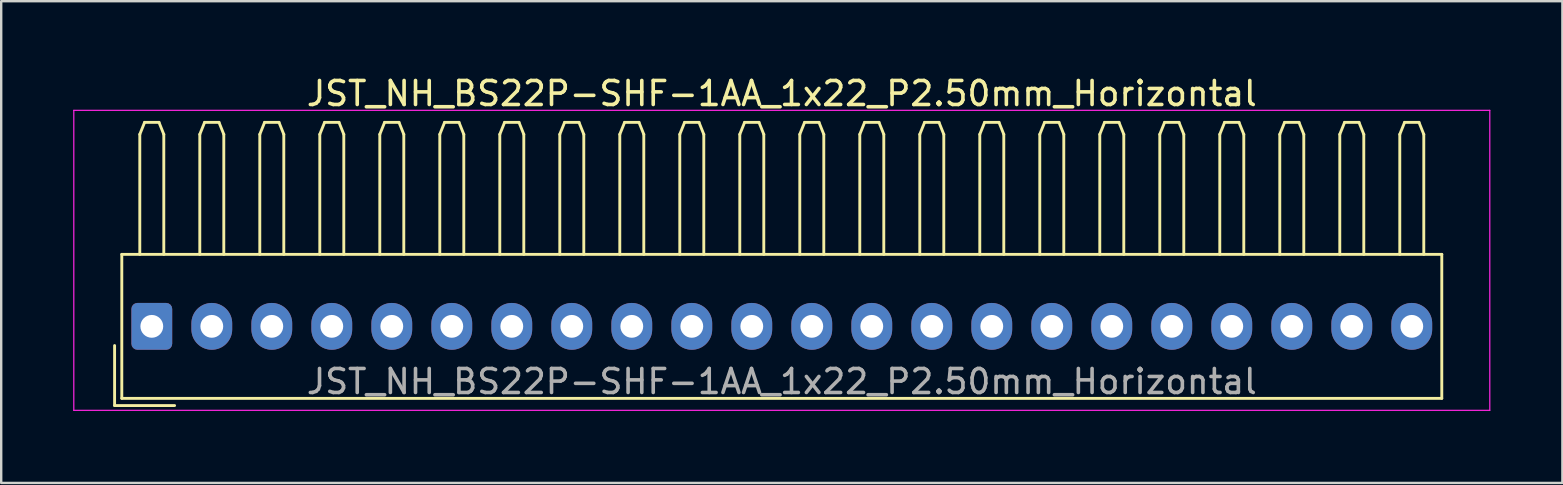
<source format=kicad_pcb>
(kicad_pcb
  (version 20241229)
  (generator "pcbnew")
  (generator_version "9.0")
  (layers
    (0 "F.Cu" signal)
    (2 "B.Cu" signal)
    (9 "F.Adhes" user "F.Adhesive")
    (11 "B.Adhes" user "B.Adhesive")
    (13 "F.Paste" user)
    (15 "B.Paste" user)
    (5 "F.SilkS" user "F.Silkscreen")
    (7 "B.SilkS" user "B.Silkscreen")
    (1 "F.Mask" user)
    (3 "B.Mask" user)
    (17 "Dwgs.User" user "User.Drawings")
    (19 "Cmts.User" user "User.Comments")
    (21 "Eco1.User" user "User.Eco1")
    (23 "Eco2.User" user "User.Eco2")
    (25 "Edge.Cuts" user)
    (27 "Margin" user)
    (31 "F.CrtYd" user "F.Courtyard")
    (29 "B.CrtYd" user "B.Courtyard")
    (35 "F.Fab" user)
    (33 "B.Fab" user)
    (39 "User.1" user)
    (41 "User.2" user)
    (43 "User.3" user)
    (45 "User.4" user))
  (footprint "JST_NH_BS22P-SHF-1AA_1x22_P2.50mm_Horizontal"
    (layer "F.Cu")
    (at 3.275 10.548)
    (property "Reference" "JST_NH_BS22P-SHF-1AA_1x22_P2.50mm_Horizontal" (at 26.25 -9.7 0) (layer "F.SilkS") (effects (font (size 1 1) (thickness 0.15))))
    (attr through_hole)
    (fp_line (start -1.55 0.8) (end -1.55 3.3) (stroke (width 0.12) (type solid)) (layer "F.SilkS"))
    (fp_line (start -1.55 3.3) (end 0.95 3.3) (stroke (width 0.12) (type solid)) (layer "F.SilkS"))
    (fp_line (start -1.25 -3) (end -1.25 3) (stroke (width 0.12) (type solid)) (layer "F.SilkS"))
    (fp_line (start -1.25 3) (end 53.75 3) (stroke (width 0.12) (type solid)) (layer "F.SilkS"))
    (fp_line (start -0.5 -8) (end -0.3 -8.5) (stroke (width 0.12) (type solid)) (layer "F.SilkS"))
    (fp_line (start -0.5 -3) (end -0.5 -8) (stroke (width 0.12) (type solid)) (layer "F.SilkS"))
    (fp_line (start -0.3 -8.5) (end 0.3 -8.5) (stroke (width 0.12) (type solid)) (layer "F.SilkS"))
    (fp_line (start 0.3 -8.5) (end 0.5 -8) (stroke (width 0.12) (type solid)) (layer "F.SilkS"))
    (fp_line (start 0.5 -8) (end 0.5 -3) (stroke (width 0.12) (type solid)) (layer "F.SilkS"))
    (fp_line (start 2 -8) (end 2.2 -8.5) (stroke (width 0.12) (type solid)) (layer "F.SilkS"))
    (fp_line (start 2 -3) (end 2 -8) (stroke (width 0.12) (type solid)) (layer "F.SilkS"))
    (fp_line (start 2.2 -8.5) (end 2.8 -8.5) (stroke (width 0.12) (type solid)) (layer "F.SilkS"))
    (fp_line (start 2.8 -8.5) (end 3 -8) (stroke (width 0.12) (type solid)) (layer "F.SilkS"))
    (fp_line (start 3 -8) (end 3 -3) (stroke (width 0.12) (type solid)) (layer "F.SilkS"))
    (fp_line (start 4.5 -8) (end 4.7 -8.5) (stroke (width 0.12) (type solid)) (layer "F.SilkS"))
    (fp_line (start 4.5 -3) (end 4.5 -8) (stroke (width 0.12) (type solid)) (layer "F.SilkS"))
    (fp_line (start 4.7 -8.5) (end 5.3 -8.5) (stroke (width 0.12) (type solid)) (layer "F.SilkS"))
    (fp_line (start 5.3 -8.5) (end 5.5 -8) (stroke (width 0.12) (type solid)) (layer "F.SilkS"))
    (fp_line (start 5.5 -8) (end 5.5 -3) (stroke (width 0.12) (type solid)) (layer "F.SilkS"))
    (fp_line (start 7 -8) (end 7.2 -8.5) (stroke (width 0.12) (type solid)) (layer "F.SilkS"))
    (fp_line (start 7 -3) (end 7 -8) (stroke (width 0.12) (type solid)) (layer "F.SilkS"))
    (fp_line (start 7.2 -8.5) (end 7.8 -8.5) (stroke (width 0.12) (type solid)) (layer "F.SilkS"))
    (fp_line (start 7.8 -8.5) (end 8 -8) (stroke (width 0.12) (type solid)) (layer "F.SilkS"))
    (fp_line (start 8 -8) (end 8 -3) (stroke (width 0.12) (type solid)) (layer "F.SilkS"))
    (fp_line (start 9.5 -8) (end 9.7 -8.5) (stroke (width 0.12) (type solid)) (layer "F.SilkS"))
    (fp_line (start 9.5 -3) (end 9.5 -8) (stroke (width 0.12) (type solid)) (layer "F.SilkS"))
    (fp_line (start 9.7 -8.5) (end 10.3 -8.5) (stroke (width 0.12) (type solid)) (layer "F.SilkS"))
    (fp_line (start 10.3 -8.5) (end 10.5 -8) (stroke (width 0.12) (type solid)) (layer "F.SilkS"))
    (fp_line (start 10.5 -8) (end 10.5 -3) (stroke (width 0.12) (type solid)) (layer "F.SilkS"))
    (fp_line (start 12 -8) (end 12.2 -8.5) (stroke (width 0.12) (type solid)) (layer "F.SilkS"))
    (fp_line (start 12 -3) (end 12 -8) (stroke (width 0.12) (type solid)) (layer "F.SilkS"))
    (fp_line (start 12.2 -8.5) (end 12.8 -8.5) (stroke (width 0.12) (type solid)) (layer "F.SilkS"))
    (fp_line (start 12.8 -8.5) (end 13 -8) (stroke (width 0.12) (type solid)) (layer "F.SilkS"))
    (fp_line (start 13 -8) (end 13 -3) (stroke (width 0.12) (type solid)) (layer "F.SilkS"))
    (fp_line (start 14.5 -8) (end 14.7 -8.5) (stroke (width 0.12) (type solid)) (layer "F.SilkS"))
    (fp_line (start 14.5 -3) (end 14.5 -8) (stroke (width 0.12) (type solid)) (layer "F.SilkS"))
    (fp_line (start 14.7 -8.5) (end 15.3 -8.5) (stroke (width 0.12) (type solid)) (layer "F.SilkS"))
    (fp_line (start 15.3 -8.5) (end 15.5 -8) (stroke (width 0.12) (type solid)) (layer "F.SilkS"))
    (fp_line (start 15.5 -8) (end 15.5 -3) (stroke (width 0.12) (type solid)) (layer "F.SilkS"))
    (fp_line (start 17 -8) (end 17.2 -8.5) (stroke (width 0.12) (type solid)) (layer "F.SilkS"))
    (fp_line (start 17 -3) (end 17 -8) (stroke (width 0.12) (type solid)) (layer "F.SilkS"))
    (fp_line (start 17.2 -8.5) (end 17.8 -8.5) (stroke (width 0.12) (type solid)) (layer "F.SilkS"))
    (fp_line (start 17.8 -8.5) (end 18 -8) (stroke (width 0.12) (type solid)) (layer "F.SilkS"))
    (fp_line (start 18 -8) (end 18 -3) (stroke (width 0.12) (type solid)) (layer "F.SilkS"))
    (fp_line (start 19.5 -8) (end 19.7 -8.5) (stroke (width 0.12) (type solid)) (layer "F.SilkS"))
    (fp_line (start 19.5 -3) (end 19.5 -8) (stroke (width 0.12) (type solid)) (layer "F.SilkS"))
    (fp_line (start 19.7 -8.5) (end 20.3 -8.5) (stroke (width 0.12) (type solid)) (layer "F.SilkS"))
    (fp_line (start 20.3 -8.5) (end 20.5 -8) (stroke (width 0.12) (type solid)) (layer "F.SilkS"))
    (fp_line (start 20.5 -8) (end 20.5 -3) (stroke (width 0.12) (type solid)) (layer "F.SilkS"))
    (fp_line (start 22 -8) (end 22.2 -8.5) (stroke (width 0.12) (type solid)) (layer "F.SilkS"))
    (fp_line (start 22 -3) (end 22 -8) (stroke (width 0.12) (type solid)) (layer "F.SilkS"))
    (fp_line (start 22.2 -8.5) (end 22.8 -8.5) (stroke (width 0.12) (type solid)) (layer "F.SilkS"))
    (fp_line (start 22.8 -8.5) (end 23 -8) (stroke (width 0.12) (type solid)) (layer "F.SilkS"))
    (fp_line (start 23 -8) (end 23 -3) (stroke (width 0.12) (type solid)) (layer "F.SilkS"))
    (fp_line (start 24.5 -8) (end 24.7 -8.5) (stroke (width 0.12) (type solid)) (layer "F.SilkS"))
    (fp_line (start 24.5 -3) (end 24.5 -8) (stroke (width 0.12) (type solid)) (layer "F.SilkS"))
    (fp_line (start 24.7 -8.5) (end 25.3 -8.5) (stroke (width 0.12) (type solid)) (layer "F.SilkS"))
    (fp_line (start 25.3 -8.5) (end 25.5 -8) (stroke (width 0.12) (type solid)) (layer "F.SilkS"))
    (fp_line (start 25.5 -8) (end 25.5 -3) (stroke (width 0.12) (type solid)) (layer "F.SilkS"))
    (fp_line (start 27 -8) (end 27.2 -8.5) (stroke (width 0.12) (type solid)) (layer "F.SilkS"))
    (fp_line (start 27 -3) (end 27 -8) (stroke (width 0.12) (type solid)) (layer "F.SilkS"))
    (fp_line (start 27.2 -8.5) (end 27.8 -8.5) (stroke (width 0.12) (type solid)) (layer "F.SilkS"))
    (fp_line (start 27.8 -8.5) (end 28 -8) (stroke (width 0.12) (type solid)) (layer "F.SilkS"))
    (fp_line (start 28 -8) (end 28 -3) (stroke (width 0.12) (type solid)) (layer "F.SilkS"))
    (fp_line (start 29.5 -8) (end 29.7 -8.5) (stroke (width 0.12) (type solid)) (layer "F.SilkS"))
    (fp_line (start 29.5 -3) (end 29.5 -8) (stroke (width 0.12) (type solid)) (layer "F.SilkS"))
    (fp_line (start 29.7 -8.5) (end 30.3 -8.5) (stroke (width 0.12) (type solid)) (layer "F.SilkS"))
    (fp_line (start 30.3 -8.5) (end 30.5 -8) (stroke (width 0.12) (type solid)) (layer "F.SilkS"))
    (fp_line (start 30.5 -8) (end 30.5 -3) (stroke (width 0.12) (type solid)) (layer "F.SilkS"))
    (fp_line (start 32 -8) (end 32.2 -8.5) (stroke (width 0.12) (type solid)) (layer "F.SilkS"))
    (fp_line (start 32 -3) (end 32 -8) (stroke (width 0.12) (type solid)) (layer "F.SilkS"))
    (fp_line (start 32.2 -8.5) (end 32.8 -8.5) (stroke (width 0.12) (type solid)) (layer "F.SilkS"))
    (fp_line (start 32.8 -8.5) (end 33 -8) (stroke (width 0.12) (type solid)) (layer "F.SilkS"))
    (fp_line (start 33 -8) (end 33 -3) (stroke (width 0.12) (type solid)) (layer "F.SilkS"))
    (fp_line (start 34.5 -8) (end 34.7 -8.5) (stroke (width 0.12) (type solid)) (layer "F.SilkS"))
    (fp_line (start 34.5 -3) (end 34.5 -8) (stroke (width 0.12) (type solid)) (layer "F.SilkS"))
    (fp_line (start 34.7 -8.5) (end 35.3 -8.5) (stroke (width 0.12) (type solid)) (layer "F.SilkS"))
    (fp_line (start 35.3 -8.5) (end 35.5 -8) (stroke (width 0.12) (type solid)) (layer "F.SilkS"))
    (fp_line (start 35.5 -8) (end 35.5 -3) (stroke (width 0.12) (type solid)) (layer "F.SilkS"))
    (fp_line (start 37 -8) (end 37.2 -8.5) (stroke (width 0.12) (type solid)) (layer "F.SilkS"))
    (fp_line (start 37 -3) (end 37 -8) (stroke (width 0.12) (type solid)) (layer "F.SilkS"))
    (fp_line (start 37.2 -8.5) (end 37.8 -8.5) (stroke (width 0.12) (type solid)) (layer "F.SilkS"))
    (fp_line (start 37.8 -8.5) (end 38 -8) (stroke (width 0.12) (type solid)) (layer "F.SilkS"))
    (fp_line (start 38 -8) (end 38 -3) (stroke (width 0.12) (type solid)) (layer "F.SilkS"))
    (fp_line (start 39.5 -8) (end 39.7 -8.5) (stroke (width 0.12) (type solid)) (layer "F.SilkS"))
    (fp_line (start 39.5 -3) (end 39.5 -8) (stroke (width 0.12) (type solid)) (layer "F.SilkS"))
    (fp_line (start 39.7 -8.5) (end 40.3 -8.5) (stroke (width 0.12) (type solid)) (layer "F.SilkS"))
    (fp_line (start 40.3 -8.5) (end 40.5 -8) (stroke (width 0.12) (type solid)) (layer "F.SilkS"))
    (fp_line (start 40.5 -8) (end 40.5 -3) (stroke (width 0.12) (type solid)) (layer "F.SilkS"))
    (fp_line (start 42 -8) (end 42.2 -8.5) (stroke (width 0.12) (type solid)) (layer "F.SilkS"))
    (fp_line (start 42 -3) (end 42 -8) (stroke (width 0.12) (type solid)) (layer "F.SilkS"))
    (fp_line (start 42.2 -8.5) (end 42.8 -8.5) (stroke (width 0.12) (type solid)) (layer "F.SilkS"))
    (fp_line (start 42.8 -8.5) (end 43 -8) (stroke (width 0.12) (type solid)) (layer "F.SilkS"))
    (fp_line (start 43 -8) (end 43 -3) (stroke (width 0.12) (type solid)) (layer "F.SilkS"))
    (fp_line (start 44.5 -8) (end 44.7 -8.5) (stroke (width 0.12) (type solid)) (layer "F.SilkS"))
    (fp_line (start 44.5 -3) (end 44.5 -8) (stroke (width 0.12) (type solid)) (layer "F.SilkS"))
    (fp_line (start 44.7 -8.5) (end 45.3 -8.5) (stroke (width 0.12) (type solid)) (layer "F.SilkS"))
    (fp_line (start 45.3 -8.5) (end 45.5 -8) (stroke (width 0.12) (type solid)) (layer "F.SilkS"))
    (fp_line (start 45.5 -8) (end 45.5 -3) (stroke (width 0.12) (type solid)) (layer "F.SilkS"))
    (fp_line (start 47 -8) (end 47.2 -8.5) (stroke (width 0.12) (type solid)) (layer "F.SilkS"))
    (fp_line (start 47 -3) (end 47 -8) (stroke (width 0.12) (type solid)) (layer "F.SilkS"))
    (fp_line (start 47.2 -8.5) (end 47.8 -8.5) (stroke (width 0.12) (type solid)) (layer "F.SilkS"))
    (fp_line (start 47.8 -8.5) (end 48 -8) (stroke (width 0.12) (type solid)) (layer "F.SilkS"))
    (fp_line (start 48 -8) (end 48 -3) (stroke (width 0.12) (type solid)) (layer "F.SilkS"))
    (fp_line (start 49.5 -8) (end 49.7 -8.5) (stroke (width 0.12) (type solid)) (layer "F.SilkS"))
    (fp_line (start 49.5 -3) (end 49.5 -8) (stroke (width 0.12) (type solid)) (layer "F.SilkS"))
    (fp_line (start 49.7 -8.5) (end 50.3 -8.5) (stroke (width 0.12) (type solid)) (layer "F.SilkS"))
    (fp_line (start 50.3 -8.5) (end 50.5 -8) (stroke (width 0.12) (type solid)) (layer "F.SilkS"))
    (fp_line (start 50.5 -8) (end 50.5 -3) (stroke (width 0.12) (type solid)) (layer "F.SilkS"))
    (fp_line (start 52 -8) (end 52.2 -8.5) (stroke (width 0.12) (type solid)) (layer "F.SilkS"))
    (fp_line (start 52 -3) (end 52 -8) (stroke (width 0.12) (type solid)) (layer "F.SilkS"))
    (fp_line (start 52.2 -8.5) (end 52.8 -8.5) (stroke (width 0.12) (type solid)) (layer "F.SilkS"))
    (fp_line (start 52.8 -8.5) (end 53 -8) (stroke (width 0.12) (type solid)) (layer "F.SilkS"))
    (fp_line (start 53 -8) (end 53 -3) (stroke (width 0.12) (type solid)) (layer "F.SilkS"))
    (fp_line (start 53.75 -3) (end -1.25 -3) (stroke (width 0.12) (type solid)) (layer "F.SilkS"))
    (fp_line (start 53.75 3) (end 53.75 -3) (stroke (width 0.12) (type solid)) (layer "F.SilkS"))
    (fp_line (start -3.25 -9) (end -3.25 3.5) (stroke (width 0.05) (type solid)) (layer "F.CrtYd"))
    (fp_line (start -3.25 3.5) (end 55.75 3.5) (stroke (width 0.05) (type solid)) (layer "F.CrtYd"))
    (fp_line (start 55.75 -9) (end -3.25 -9) (stroke (width 0.05) (type solid)) (layer "F.CrtYd"))
    (fp_line (start 55.75 3.5) (end 55.75 -9) (stroke (width 0.05) (type solid)) (layer "F.CrtYd"))
    (fp_text user "${REFERENCE}" (at 26.25 2.3 0) (layer "F.Fab") (effects (font (size 1 1) (thickness 0.15))))
    (pad "1" thru_hole roundrect (at 0 0) (size 1.7 1.95) (drill 0.95) (layers "*.Cu" "*.Mask") (roundrect_rratio 0.147))
    (pad "2" thru_hole oval (at 2.5 0) (size 1.7 1.95) (drill 0.95) (layers "*.Cu" "*.Mask"))
    (pad "3" thru_hole oval (at 5 0) (size 1.7 1.95) (drill 0.95) (layers "*.Cu" "*.Mask"))
    (pad "4" thru_hole oval (at 7.5 0) (size 1.7 1.95) (drill 0.95) (layers "*.Cu" "*.Mask"))
    (pad "5" thru_hole oval (at 10 0) (size 1.7 1.95) (drill 0.95) (layers "*.Cu" "*.Mask"))
    (pad "6" thru_hole oval (at 12.5 0) (size 1.7 1.95) (drill 0.95) (layers "*.Cu" "*.Mask"))
    (pad "7" thru_hole oval (at 15 0) (size 1.7 1.95) (drill 0.95) (layers "*.Cu" "*.Mask"))
    (pad "8" thru_hole oval (at 17.5 0) (size 1.7 1.95) (drill 0.95) (layers "*.Cu" "*.Mask"))
    (pad "9" thru_hole oval (at 20 0) (size 1.7 1.95) (drill 0.95) (layers "*.Cu" "*.Mask"))
    (pad "10" thru_hole oval (at 22.5 0) (size 1.7 1.95) (drill 0.95) (layers "*.Cu" "*.Mask"))
    (pad "11" thru_hole oval (at 25 0) (size 1.7 1.95) (drill 0.95) (layers "*.Cu" "*.Mask"))
    (pad "12" thru_hole oval (at 27.5 0) (size 1.7 1.95) (drill 0.95) (layers "*.Cu" "*.Mask"))
    (pad "13" thru_hole oval (at 30 0) (size 1.7 1.95) (drill 0.95) (layers "*.Cu" "*.Mask"))
    (pad "14" thru_hole oval (at 32.5 0) (size 1.7 1.95) (drill 0.95) (layers "*.Cu" "*.Mask"))
    (pad "15" thru_hole oval (at 35 0) (size 1.7 1.95) (drill 0.95) (layers "*.Cu" "*.Mask"))
    (pad "16" thru_hole oval (at 37.5 0) (size 1.7 1.95) (drill 0.95) (layers "*.Cu" "*.Mask"))
    (pad "17" thru_hole oval (at 40 0) (size 1.7 1.95) (drill 0.95) (layers "*.Cu" "*.Mask"))
    (pad "18" thru_hole oval (at 42.5 0) (size 1.7 1.95) (drill 0.95) (layers "*.Cu" "*.Mask"))
    (pad "19" thru_hole oval (at 45 0) (size 1.7 1.95) (drill 0.95) (layers "*.Cu" "*.Mask"))
    (pad "20" thru_hole oval (at 47.5 0) (size 1.7 1.95) (drill 0.95) (layers "*.Cu" "*.Mask"))
    (pad "21" thru_hole oval (at 50 0) (size 1.7 1.95) (drill 0.95) (layers "*.Cu" "*.Mask"))
    (pad "22" thru_hole oval (at 52.5 0) (size 1.7 1.95) (drill 0.95) (layers "*.Cu" "*.Mask")))
  (gr_rect
    (start -3 -3)
    (end 62.05 17.073)
    (stroke (width 0.1) (type default))
    (fill no)
    (layer "Edge.Cuts")))
</source>
